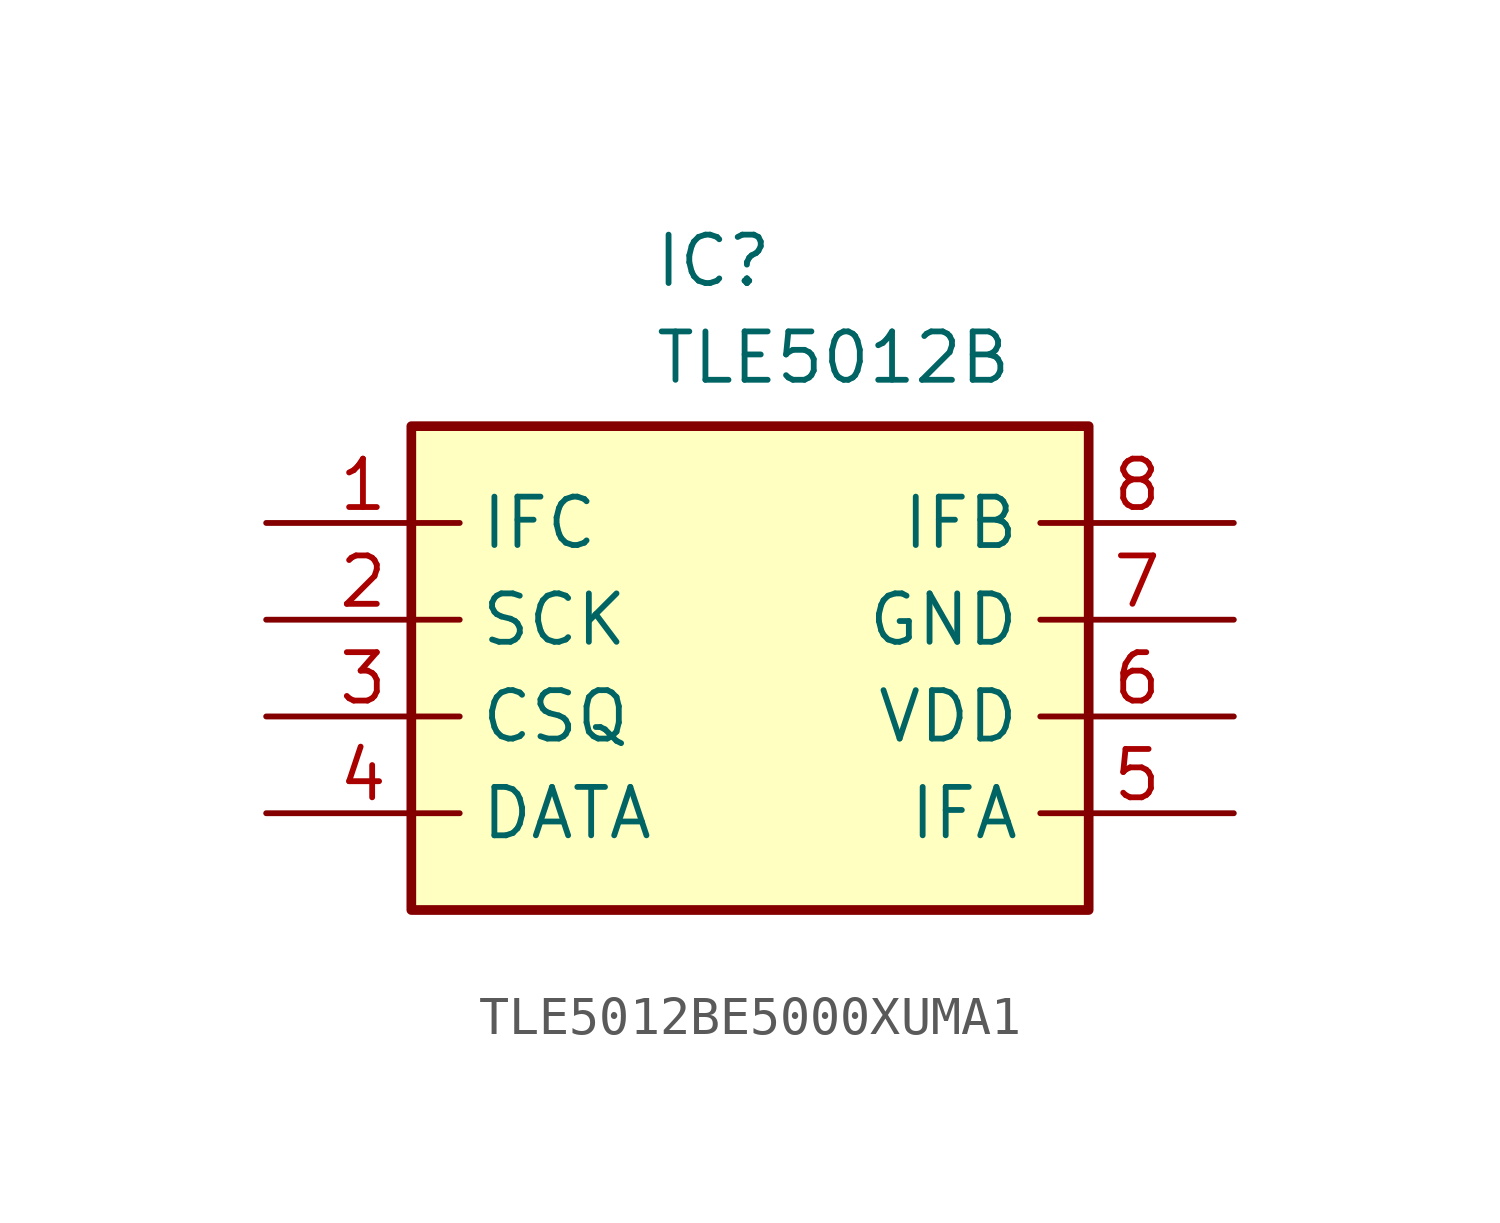
<source format=kicad_sym>
(kicad_symbol_lib
  (version 20220914)
  (generator kicad_symbol_editor)
  (symbol "TLE5012BE5000XUMA1"
    (property "Reference" "IC"
      (at -2.54 11.43 0)
      (effects (font (size 1.27 1.27)) (justify left top)))
    (property "Value" "TLE5012B"
      (at -2.54 8.89 0)
      (effects (font (size 1.27 1.27)) (justify left top)))
    (symbol "TLE5012BE5000XUMA1_1_1"
      (rectangle (start -8.89 6.35) (end 8.89 -6.35) (stroke (width 0.254) (type default)) (fill (type background)))
      (pin passive line (at -12.7 3.81 0) (length 5.08) (name "IFC" (effects (font (size 1.27 1.27)))) (number "1" (effects (font (size 1.27 1.27)))))
      (pin passive line (at -12.7 1.27 0) (length 5.08) (name "SCK" (effects (font (size 1.27 1.27)))) (number "2" (effects (font (size 1.27 1.27)))))
      (pin passive line (at -12.7 -1.27 0) (length 5.08) (name "CSQ" (effects (font (size 1.27 1.27)))) (number "3" (effects (font (size 1.27 1.27)))))
      (pin passive line (at -12.7 -3.81 0) (length 5.08) (name "DATA" (effects (font (size 1.27 1.27)))) (number "4" (effects (font (size 1.27 1.27)))))
      (pin passive line (at 12.7 -3.81 180) (length 5.08) (name "IFA" (effects (font (size 1.27 1.27)))) (number "5" (effects (font (size 1.27 1.27)))))
      (pin passive line (at 12.7 -1.27 180) (length 5.08) (name "VDD" (effects (font (size 1.27 1.27)))) (number "6" (effects (font (size 1.27 1.27)))))
      (pin passive line (at 12.7 1.27 180) (length 5.08) (name "GND" (effects (font (size 1.27 1.27)))) (number "7" (effects (font (size 1.27 1.27)))))
      (pin passive line (at 12.7 3.81 180) (length 5.08) (name "IFB" (effects (font (size 1.27 1.27)))) (number "8" (effects (font (size 1.27 1.27))))))))
</source>
